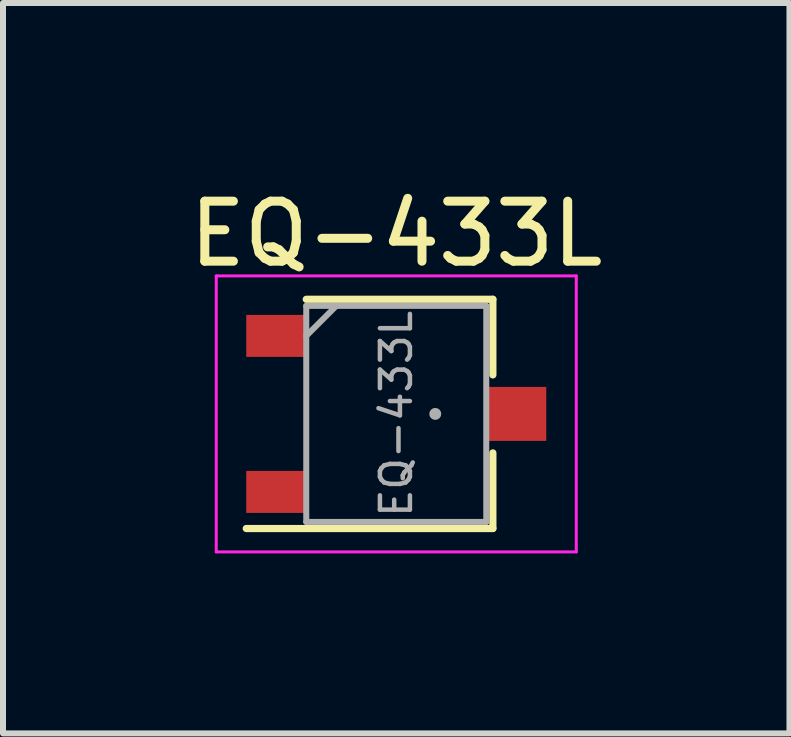
<source format=kicad_pcb>
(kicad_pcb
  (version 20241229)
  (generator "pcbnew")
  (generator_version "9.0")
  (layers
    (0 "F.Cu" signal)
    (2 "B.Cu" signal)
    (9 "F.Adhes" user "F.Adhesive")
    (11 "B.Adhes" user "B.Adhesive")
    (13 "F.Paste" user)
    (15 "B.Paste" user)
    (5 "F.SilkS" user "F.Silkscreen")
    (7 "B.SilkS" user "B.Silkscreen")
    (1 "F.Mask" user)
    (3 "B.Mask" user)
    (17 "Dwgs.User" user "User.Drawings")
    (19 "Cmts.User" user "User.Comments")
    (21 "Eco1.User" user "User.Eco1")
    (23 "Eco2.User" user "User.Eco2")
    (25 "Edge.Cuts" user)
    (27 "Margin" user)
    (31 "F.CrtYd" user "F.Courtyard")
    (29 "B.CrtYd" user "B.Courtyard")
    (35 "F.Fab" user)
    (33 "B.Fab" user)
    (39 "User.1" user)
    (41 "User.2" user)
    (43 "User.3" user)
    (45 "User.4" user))
  (footprint "EQ-433L"
    (layer "F.Cu")
    (at 3.554 3.848)
    (property "Reference" "EQ-433L" (at 0 -3 0) (layer "F.SilkS") (effects (font (size 1 1) (thickness 0.15))))
    (attr smd)
    (fp_line (start 1.61 -1.91) (end -1.5 -1.91) (stroke (width 0.12) (type solid)) (layer "F.SilkS"))
    (fp_line (start 1.61 -1.91) (end 1.61 -0.65) (stroke (width 0.12) (type solid)) (layer "F.SilkS"))
    (fp_line (start 1.61 1.91) (end -2.5 1.91) (stroke (width 0.12) (type solid)) (layer "F.SilkS"))
    (fp_line (start 1.61 1.91) (end 1.61 0.65) (stroke (width 0.12) (type solid)) (layer "F.SilkS"))
    (fp_line (start -3 -2.3) (end 3 -2.3) (stroke (width 0.05) (type solid)) (layer "F.CrtYd"))
    (fp_line (start -3 2.3) (end -3 -2.3) (stroke (width 0.05) (type solid)) (layer "F.CrtYd"))
    (fp_line (start 3 -2.3) (end 3 2.3) (stroke (width 0.05) (type solid)) (layer "F.CrtYd"))
    (fp_line (start 3 2.3) (end -3 2.3) (stroke (width 0.05) (type solid)) (layer "F.CrtYd"))
    (fp_line (start -1.5 -1.8) (end -1.5 1.8) (stroke (width 0.1) (type solid)) (layer "F.Fab"))
    (fp_line (start -1.5 -1.8) (end 1.5 -1.8) (stroke (width 0.1) (type solid)) (layer "F.Fab"))
    (fp_line (start -1.5 -1.3) (end -1 -1.8) (stroke (width 0.1) (type solid)) (layer "F.Fab"))
    (fp_line (start -1.5 1.8) (end 1.5 1.8) (stroke (width 0.1) (type solid)) (layer "F.Fab"))
    (fp_line (start 1.5 -1.8) (end 1.5 1.8) (stroke (width 0.1) (type solid)) (layer "F.Fab"))
    (fp_circle (center 0.65 0) (end 0.7 0) (stroke (width 0.1) (type solid)) (fill no) (layer "F.Fab"))
    (fp_text user "${REFERENCE}" (at 0 0 90) (layer "F.Fab") (effects (font (size 0.5 0.5) (thickness 0.075))))
    (pad "1" smd rect (at -2 1.3) (size 1 0.7) (layers "F.Cu" "F.Mask" "F.Paste"))
    (pad "2" smd rect (at 2 0) (size 1 0.9) (layers "F.Cu" "F.Mask" "F.Paste"))
    (pad "3" smd rect (at -2 -1.3) (size 1 0.7) (layers "F.Cu" "F.Mask" "F.Paste")))
  (gr_rect
    (start -3 -3)
    (end 10.107 9.173)
    (stroke (width 0.1) (type default))
    (fill no)
    (layer "Edge.Cuts")))
</source>
